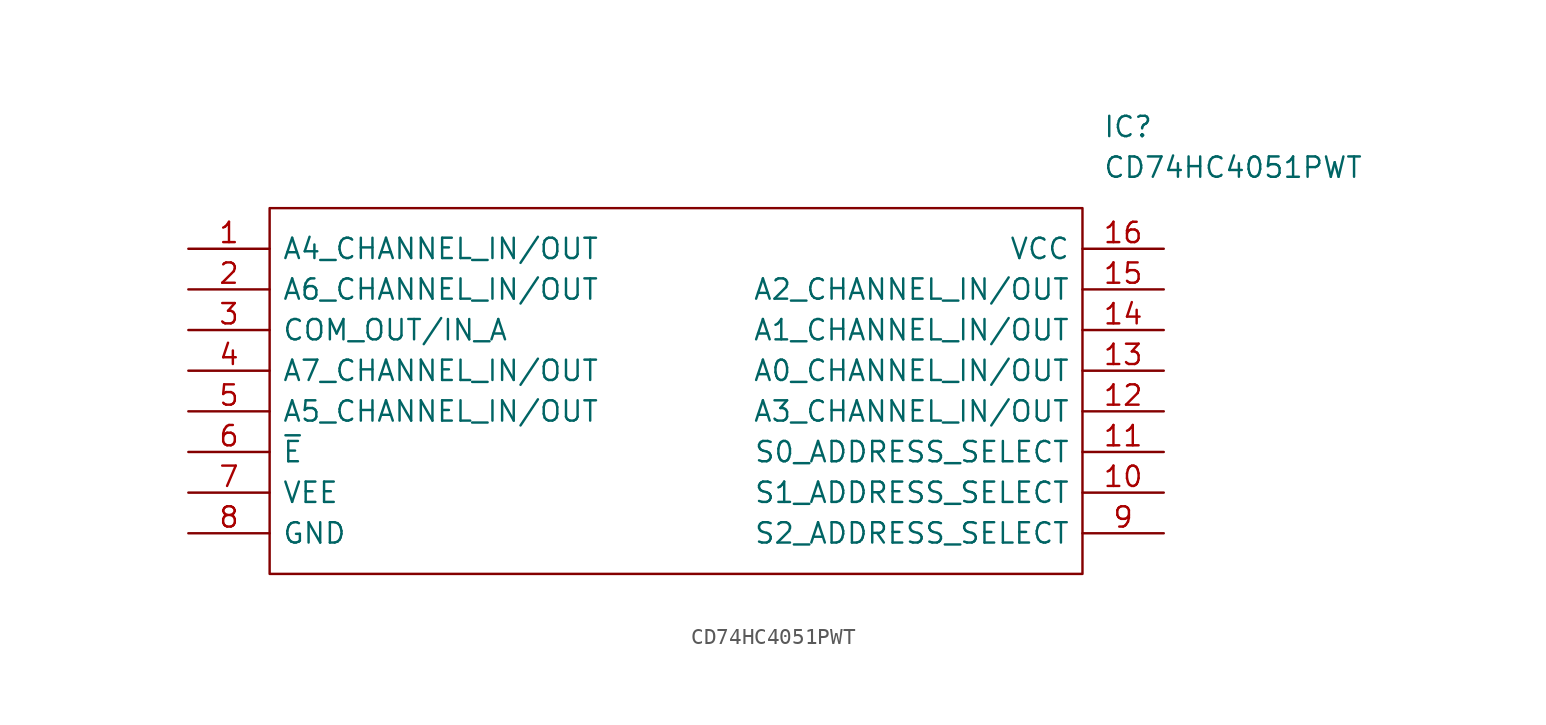
<source format=kicad_sym>
(kicad_symbol_lib
  (version 20211014)
  (generator kicad_symbol_editor)
  (symbol "CD74HC4051PWT"
    (pin_names
      (offset 0.762))
    (property "Reference" "IC"
      (at 57.15 7.62 0)
      (effects (font (size 1.27 1.27)) (justify left)))
    (property "Value" "CD74HC4051PWT"
      (at 57.15 5.08 0)
      (effects (font (size 1.27 1.27)) (justify left)))
    (symbol "CD74HC4051PWT_0_0"
      (pin passive line (at 0 0 0) (length 5.08) (name "A4_CHANNEL_IN/OUT" (effects (font (size 1.27 1.27)))) (number "1" (effects (font (size 1.27 1.27)))))
      (pin passive line (at 60.96 -15.24 180) (length 5.08) (name "S1_ADDRESS_SELECT" (effects (font (size 1.27 1.27)))) (number "10" (effects (font (size 1.27 1.27)))))
      (pin passive line (at 60.96 -12.7 180) (length 5.08) (name "S0_ADDRESS_SELECT" (effects (font (size 1.27 1.27)))) (number "11" (effects (font (size 1.27 1.27)))))
      (pin passive line (at 60.96 -10.16 180) (length 5.08) (name "A3_CHANNEL_IN/OUT" (effects (font (size 1.27 1.27)))) (number "12" (effects (font (size 1.27 1.27)))))
      (pin passive line (at 60.96 -7.62 180) (length 5.08) (name "A0_CHANNEL_IN/OUT" (effects (font (size 1.27 1.27)))) (number "13" (effects (font (size 1.27 1.27)))))
      (pin passive line (at 60.96 -5.08 180) (length 5.08) (name "A1_CHANNEL_IN/OUT" (effects (font (size 1.27 1.27)))) (number "14" (effects (font (size 1.27 1.27)))))
      (pin passive line (at 60.96 -2.54 180) (length 5.08) (name "A2_CHANNEL_IN/OUT" (effects (font (size 1.27 1.27)))) (number "15" (effects (font (size 1.27 1.27)))))
      (pin passive line (at 60.96 0 180) (length 5.08) (name "VCC" (effects (font (size 1.27 1.27)))) (number "16" (effects (font (size 1.27 1.27)))))
      (pin passive line (at 0 -2.54 0) (length 5.08) (name "A6_CHANNEL_IN/OUT" (effects (font (size 1.27 1.27)))) (number "2" (effects (font (size 1.27 1.27)))))
      (pin passive line (at 0 -5.08 0) (length 5.08) (name "COM_OUT/IN_A" (effects (font (size 1.27 1.27)))) (number "3" (effects (font (size 1.27 1.27)))))
      (pin passive line (at 0 -7.62 0) (length 5.08) (name "A7_CHANNEL_IN/OUT" (effects (font (size 1.27 1.27)))) (number "4" (effects (font (size 1.27 1.27)))))
      (pin passive line (at 0 -10.16 0) (length 5.08) (name "A5_CHANNEL_IN/OUT" (effects (font (size 1.27 1.27)))) (number "5" (effects (font (size 1.27 1.27)))))
      (pin passive line (at 0 -12.7 0) (length 5.08) (name "~{E}" (effects (font (size 1.27 1.27)))) (number "6" (effects (font (size 1.27 1.27)))))
      (pin passive line (at 0 -15.24 0) (length 5.08) (name "VEE" (effects (font (size 1.27 1.27)))) (number "7" (effects (font (size 1.27 1.27)))))
      (pin passive line (at 0 -17.78 0) (length 5.08) (name "GND" (effects (font (size 1.27 1.27)))) (number "8" (effects (font (size 1.27 1.27)))))
      (pin passive line (at 60.96 -17.78 180) (length 5.08) (name "S2_ADDRESS_SELECT" (effects (font (size 1.27 1.27)))) (number "9" (effects (font (size 1.27 1.27))))))
    (symbol "CD74HC4051PWT_0_1"
      (polyline (pts (xy 5.08 2.54) (xy 55.88 2.54) (xy 55.88 -20.32) (xy 5.08 -20.32) (xy 5.08 2.54)) (stroke (width 0.152) (type default) (color 0 0 0 0)) (fill (type none))))))
</source>
